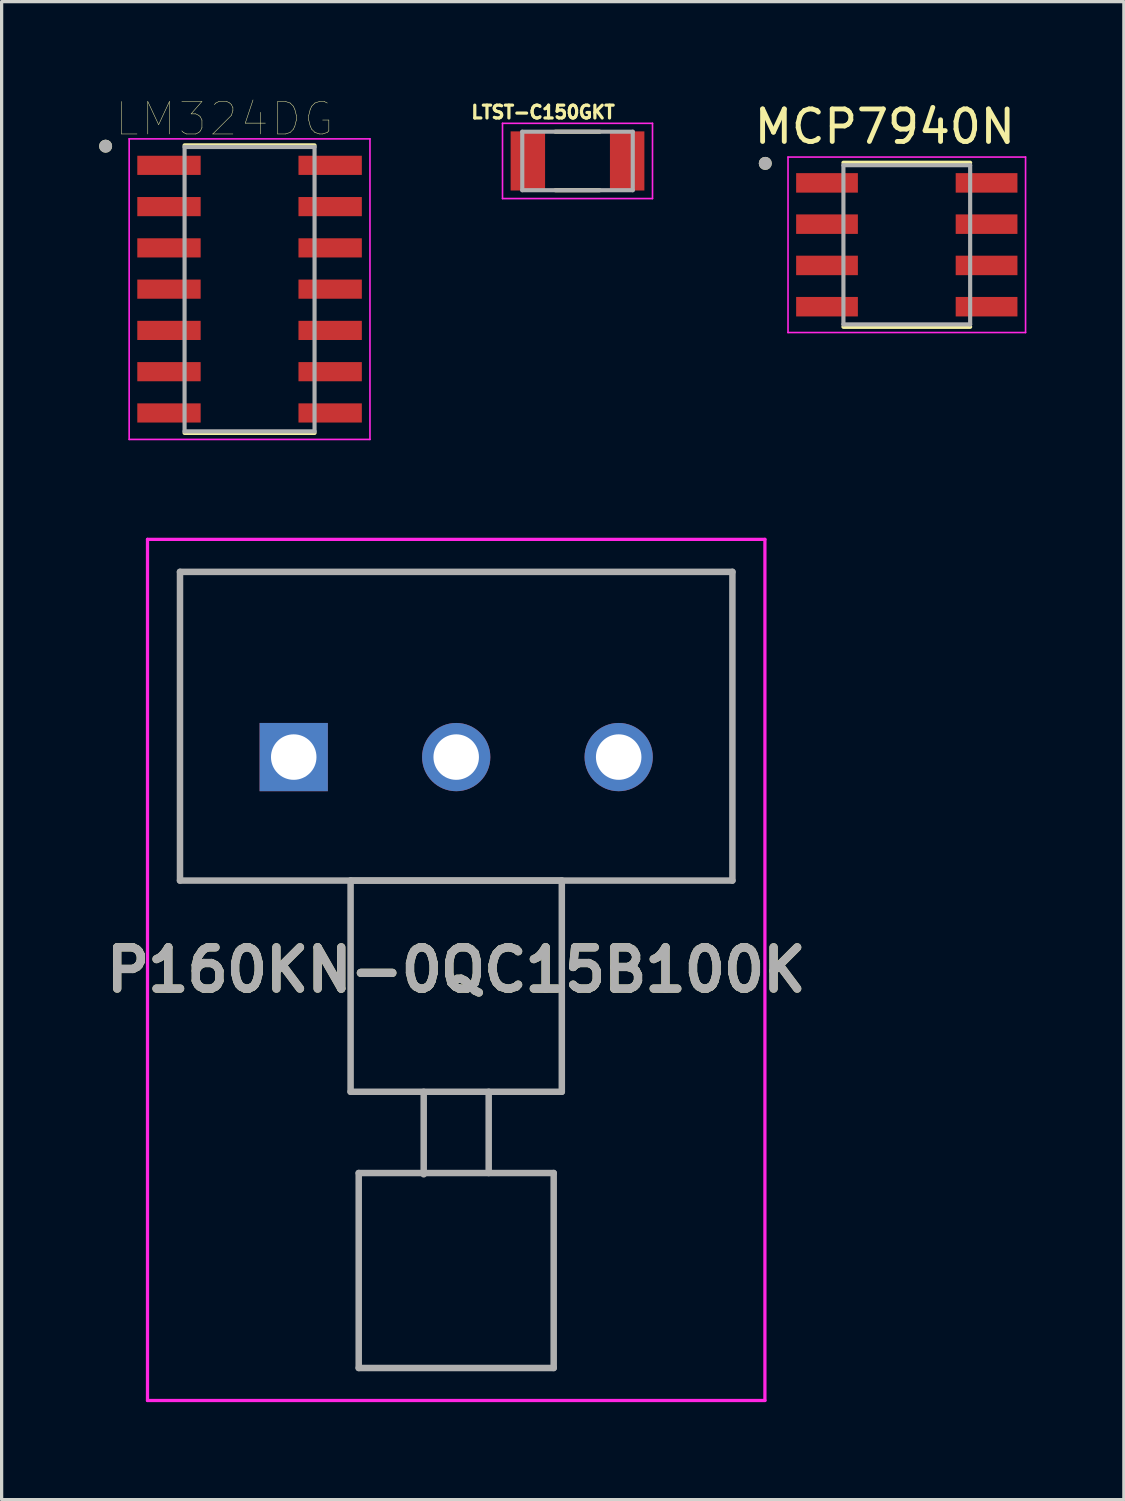
<source format=kicad_pcb>
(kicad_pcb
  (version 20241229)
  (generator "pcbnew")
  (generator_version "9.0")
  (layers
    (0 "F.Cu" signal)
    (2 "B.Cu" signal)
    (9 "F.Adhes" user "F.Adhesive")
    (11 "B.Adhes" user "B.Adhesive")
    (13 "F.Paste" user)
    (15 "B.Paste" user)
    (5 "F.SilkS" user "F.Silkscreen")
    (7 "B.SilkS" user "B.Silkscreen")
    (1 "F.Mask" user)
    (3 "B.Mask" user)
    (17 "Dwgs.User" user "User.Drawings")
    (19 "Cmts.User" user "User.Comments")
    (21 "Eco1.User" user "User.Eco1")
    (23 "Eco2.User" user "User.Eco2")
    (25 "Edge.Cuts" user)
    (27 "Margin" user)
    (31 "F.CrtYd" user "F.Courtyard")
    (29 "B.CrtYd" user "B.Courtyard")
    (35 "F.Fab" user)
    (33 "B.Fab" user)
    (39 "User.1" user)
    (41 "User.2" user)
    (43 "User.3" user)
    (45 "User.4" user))
  (footprint "MCP7940N"
    (layer "F.Cu")
    (at 24.855 4.483)
    (property "Reference" "MCP7940N" (at -0.675 -3.635 0) (layer "F.SilkS") (effects (font (size 1 1) (thickness 0.15))))
    (attr through_hole)
    (fp_line (start -1.95 -2.525) (end 1.95 -2.525) (stroke (width 0.127) (type solid)) (layer "F.SilkS"))
    (fp_line (start -1.95 2.525) (end 1.95 2.525) (stroke (width 0.127) (type solid)) (layer "F.SilkS"))
    (fp_circle (center -4.355 -2.505) (end -4.255 -2.505) (stroke (width 0.2) (type solid)) (fill no) (layer "F.SilkS"))
    (fp_line (start -3.655 -2.7) (end -3.655 2.7) (stroke (width 0.05) (type solid)) (layer "F.CrtYd"))
    (fp_line (start -3.655 -2.7) (end 3.655 -2.7) (stroke (width 0.05) (type solid)) (layer "F.CrtYd"))
    (fp_line (start -3.655 2.7) (end 3.655 2.7) (stroke (width 0.05) (type solid)) (layer "F.CrtYd"))
    (fp_line (start 3.655 -2.7) (end 3.655 2.7) (stroke (width 0.05) (type solid)) (layer "F.CrtYd"))
    (fp_line (start -1.95 -2.45) (end -1.95 2.45) (stroke (width 0.127) (type solid)) (layer "F.Fab"))
    (fp_line (start -1.95 -2.45) (end 1.95 -2.45) (stroke (width 0.127) (type solid)) (layer "F.Fab"))
    (fp_line (start -1.95 2.45) (end 1.95 2.45) (stroke (width 0.127) (type solid)) (layer "F.Fab"))
    (fp_line (start 1.95 -2.45) (end 1.95 2.45) (stroke (width 0.127) (type solid)) (layer "F.Fab"))
    (fp_circle (center -4.355 -2.505) (end -4.255 -2.505) (stroke (width 0.2) (type solid)) (fill no) (layer "F.Fab"))
    (pad "1" smd rect (at -2.455 -1.905) (size 1.9 0.6) (layers "F.Cu" "F.Mask" "F.Paste"))
    (pad "2" smd rect (at -2.455 -0.635) (size 1.9 0.6) (layers "F.Cu" "F.Mask" "F.Paste"))
    (pad "3" smd rect (at -2.455 0.635) (size 1.9 0.6) (layers "F.Cu" "F.Mask" "F.Paste"))
    (pad "4" smd rect (at -2.455 1.905) (size 1.9 0.6) (layers "F.Cu" "F.Mask" "F.Paste"))
    (pad "5" smd rect (at 2.455 1.905) (size 1.9 0.6) (layers "F.Cu" "F.Mask" "F.Paste"))
    (pad "6" smd rect (at 2.455 0.635) (size 1.9 0.6) (layers "F.Cu" "F.Mask" "F.Paste"))
    (pad "7" smd rect (at 2.455 -0.635) (size 1.9 0.6) (layers "F.Cu" "F.Mask" "F.Paste"))
    (pad "8" smd rect (at 2.455 -1.905) (size 1.9 0.6) (layers "F.Cu" "F.Mask" "F.Paste")))
  (footprint "P160KN-0QC15B100K"
    (layer "F.Cu")
    (at 5.989 20.248)
    (property "Reference" "P160KN-0QC15B100K" (at 5 6.55 0) (layer "F.SilkS") (effects (font (size 1.27 1.27) (thickness 0.254))))
    (attr through_hole)
    (fp_line (start -3.5 -5.7) (end 13.5 -5.7) (stroke (width 0.1) (type solid)) (layer "F.SilkS"))
    (fp_line (start -3.5 3.8) (end -3.5 -5.7) (stroke (width 0.1) (type solid)) (layer "F.SilkS"))
    (fp_line (start 13.5 -5.7) (end 13.5 3.8) (stroke (width 0.1) (type solid)) (layer "F.SilkS"))
    (fp_line (start 13.5 3.8) (end -3.5 3.8) (stroke (width 0.1) (type solid)) (layer "F.SilkS"))
    (fp_line (start -4.5 -6.7) (end 14.5 -6.7) (stroke (width 0.1) (type solid)) (layer "F.CrtYd"))
    (fp_line (start -4.5 19.8) (end -4.5 -6.7) (stroke (width 0.1) (type solid)) (layer "F.CrtYd"))
    (fp_line (start 14.5 -6.7) (end 14.5 19.8) (stroke (width 0.1) (type solid)) (layer "F.CrtYd"))
    (fp_line (start 14.5 19.8) (end -4.5 19.8) (stroke (width 0.1) (type solid)) (layer "F.CrtYd"))
    (fp_line (start -3.5 -5.7) (end -3.5 3.8) (stroke (width 0.2) (type solid)) (layer "F.Fab"))
    (fp_line (start -3.5 3.8) (end 13.5 3.8) (stroke (width 0.2) (type solid)) (layer "F.Fab"))
    (fp_line (start 1.75 3.8) (end 8.25 3.8) (stroke (width 0.2) (type solid)) (layer "F.Fab"))
    (fp_line (start 1.75 10.3) (end 1.75 3.8) (stroke (width 0.2) (type solid)) (layer "F.Fab"))
    (fp_line (start 2 12.8) (end 2 18.8) (stroke (width 0.2) (type solid)) (layer "F.Fab"))
    (fp_line (start 2 18.8) (end 8 18.8) (stroke (width 0.2) (type solid)) (layer "F.Fab"))
    (fp_line (start 4 12.84) (end 4 10.3) (stroke (width 0.2) (type solid)) (layer "F.Fab"))
    (fp_line (start 6 12.8) (end 6 10.3) (stroke (width 0.2) (type solid)) (layer "F.Fab"))
    (fp_line (start 8 12.8) (end 2 12.8) (stroke (width 0.2) (type solid)) (layer "F.Fab"))
    (fp_line (start 8 18.8) (end 8 12.8) (stroke (width 0.2) (type solid)) (layer "F.Fab"))
    (fp_line (start 8.25 3.8) (end 8.25 10.3) (stroke (width 0.2) (type solid)) (layer "F.Fab"))
    (fp_line (start 8.25 10.3) (end 1.75 10.3) (stroke (width 0.2) (type solid)) (layer "F.Fab"))
    (fp_line (start 13.5 -5.7) (end -3.5 -5.7) (stroke (width 0.2) (type solid)) (layer "F.Fab"))
    (fp_line (start 13.5 3.8) (end 13.5 -5.7) (stroke (width 0.2) (type solid)) (layer "F.Fab"))
    (fp_text user "${REFERENCE}" (at 5 6.55 0) (layer "F.Fab") (effects (font (size 1.27 1.27) (thickness 0.254))))
    (pad "1" thru_hole rect (at 0 0) (size 2.1 2.1) (drill 1.4) (layers "*.Cu" "*.Mask"))
    (pad "2" thru_hole circle (at 5 0) (size 2.1 2.1) (drill 1.4) (layers "*.Cu" "*.Mask"))
    (pad "3" thru_hole circle (at 10 0) (size 2.1 2.1) (drill 1.4) (layers "*.Cu" "*.Mask")))
  (footprint "LTST-C150GKT"
    (layer "F.Cu")
    (at 14.722 1.903)
    (property "Reference" "LTST-C150GKT" (at -1.06 -1.5 0) (layer "F.SilkS") (effects (font (size 0.394 0.394) (thickness 0.15))))
    (attr through_hole)
    (fp_line (start -0.68 -0.9) (end 0.68 -0.9) (stroke (width 0.127) (type solid)) (layer "F.SilkS"))
    (fp_line (start -0.68 0.9) (end 0.68 0.9) (stroke (width 0.127) (type solid)) (layer "F.SilkS"))
    (fp_line (start -2.308 -1.158) (end 2.308 -1.158) (stroke (width 0.05) (type solid)) (layer "F.CrtYd"))
    (fp_line (start -2.308 1.158) (end -2.308 -1.158) (stroke (width 0.05) (type solid)) (layer "F.CrtYd"))
    (fp_line (start -2.308 1.158) (end 2.308 1.158) (stroke (width 0.05) (type solid)) (layer "F.CrtYd"))
    (fp_line (start 2.308 1.158) (end 2.308 -1.158) (stroke (width 0.05) (type solid)) (layer "F.CrtYd"))
    (fp_line (start -1.7 0.9) (end -1.7 -0.9) (stroke (width 0.127) (type solid)) (layer "F.Fab"))
    (fp_line (start 1.7 -0.9) (end -1.7 -0.9) (stroke (width 0.127) (type solid)) (layer "F.Fab"))
    (fp_line (start 1.7 0.9) (end -1.7 0.9) (stroke (width 0.127) (type solid)) (layer "F.Fab"))
    (fp_line (start 1.7 0.9) (end 1.7 -0.9) (stroke (width 0.127) (type solid)) (layer "F.Fab"))
    (pad "1" smd rect (at -1.528 0) (size 1.06 1.82) (layers "F.Cu" "F.Mask" "F.Paste"))
    (pad "2" smd rect (at 1.528 0) (size 1.06 1.82) (layers "F.Cu" "F.Mask" "F.Paste")))
  (footprint "LM324DG"
    (layer "F.Cu")
    (at 4.63 5.848)
    (property "Reference" "LM324DG" (at -0.775 -5.237 0) (layer "F.SilkS") (effects (font (size 1 1) (thickness 0.015))))
    (attr through_hole)
    (fp_line (start -2 -4.425) (end 2 -4.425) (stroke (width 0.127) (type solid)) (layer "F.SilkS"))
    (fp_line (start -2 4.425) (end 2 4.425) (stroke (width 0.127) (type solid)) (layer "F.SilkS"))
    (fp_circle (center -4.43 -4.4) (end -4.33 -4.4) (stroke (width 0.2) (type solid)) (fill no) (layer "F.SilkS"))
    (fp_line (start -3.705 -4.625) (end -3.705 4.625) (stroke (width 0.05) (type solid)) (layer "F.CrtYd"))
    (fp_line (start -3.705 -4.625) (end 3.705 -4.625) (stroke (width 0.05) (type solid)) (layer "F.CrtYd"))
    (fp_line (start -3.705 4.625) (end 3.705 4.625) (stroke (width 0.05) (type solid)) (layer "F.CrtYd"))
    (fp_line (start 3.705 -4.625) (end 3.705 4.625) (stroke (width 0.05) (type solid)) (layer "F.CrtYd"))
    (fp_line (start -2 -4.375) (end -2 4.375) (stroke (width 0.127) (type solid)) (layer "F.Fab"))
    (fp_line (start -2 -4.375) (end 2 -4.375) (stroke (width 0.127) (type solid)) (layer "F.Fab"))
    (fp_line (start -2 4.375) (end 2 4.375) (stroke (width 0.127) (type solid)) (layer "F.Fab"))
    (fp_line (start 2 -4.375) (end 2 4.375) (stroke (width 0.127) (type solid)) (layer "F.Fab"))
    (fp_circle (center -4.43 -4.4) (end -4.33 -4.4) (stroke (width 0.2) (type solid)) (fill no) (layer "F.Fab"))
    (pad "1" smd rect (at -2.48 -3.81) (size 1.95 0.59) (layers "F.Cu" "F.Mask" "F.Paste"))
    (pad "2" smd rect (at -2.48 -2.54) (size 1.95 0.59) (layers "F.Cu" "F.Mask" "F.Paste"))
    (pad "3" smd rect (at -2.48 -1.27) (size 1.95 0.59) (layers "F.Cu" "F.Mask" "F.Paste"))
    (pad "4" smd rect (at -2.48 0) (size 1.95 0.59) (layers "F.Cu" "F.Mask" "F.Paste"))
    (pad "5" smd rect (at -2.48 1.27) (size 1.95 0.59) (layers "F.Cu" "F.Mask" "F.Paste"))
    (pad "6" smd rect (at -2.48 2.54) (size 1.95 0.59) (layers "F.Cu" "F.Mask" "F.Paste"))
    (pad "7" smd rect (at -2.48 3.81) (size 1.95 0.59) (layers "F.Cu" "F.Mask" "F.Paste"))
    (pad "8" smd rect (at 2.48 3.81) (size 1.95 0.59) (layers "F.Cu" "F.Mask" "F.Paste"))
    (pad "9" smd rect (at 2.48 2.54) (size 1.95 0.59) (layers "F.Cu" "F.Mask" "F.Paste"))
    (pad "10" smd rect (at 2.48 1.27) (size 1.95 0.59) (layers "F.Cu" "F.Mask" "F.Paste"))
    (pad "11" smd rect (at 2.48 0) (size 1.95 0.59) (layers "F.Cu" "F.Mask" "F.Paste"))
    (pad "12" smd rect (at 2.48 -1.27) (size 1.95 0.59) (layers "F.Cu" "F.Mask" "F.Paste"))
    (pad "13" smd rect (at 2.48 -2.54) (size 1.95 0.59) (layers "F.Cu" "F.Mask" "F.Paste"))
    (pad "14" smd rect (at 2.48 -3.81) (size 1.95 0.59) (layers "F.Cu" "F.Mask" "F.Paste")))
  (gr_rect
    (start -3 -3)
    (end 31.535 43.098)
    (stroke (width 0.1) (type default))
    (fill no)
    (layer "Edge.Cuts")))
</source>
